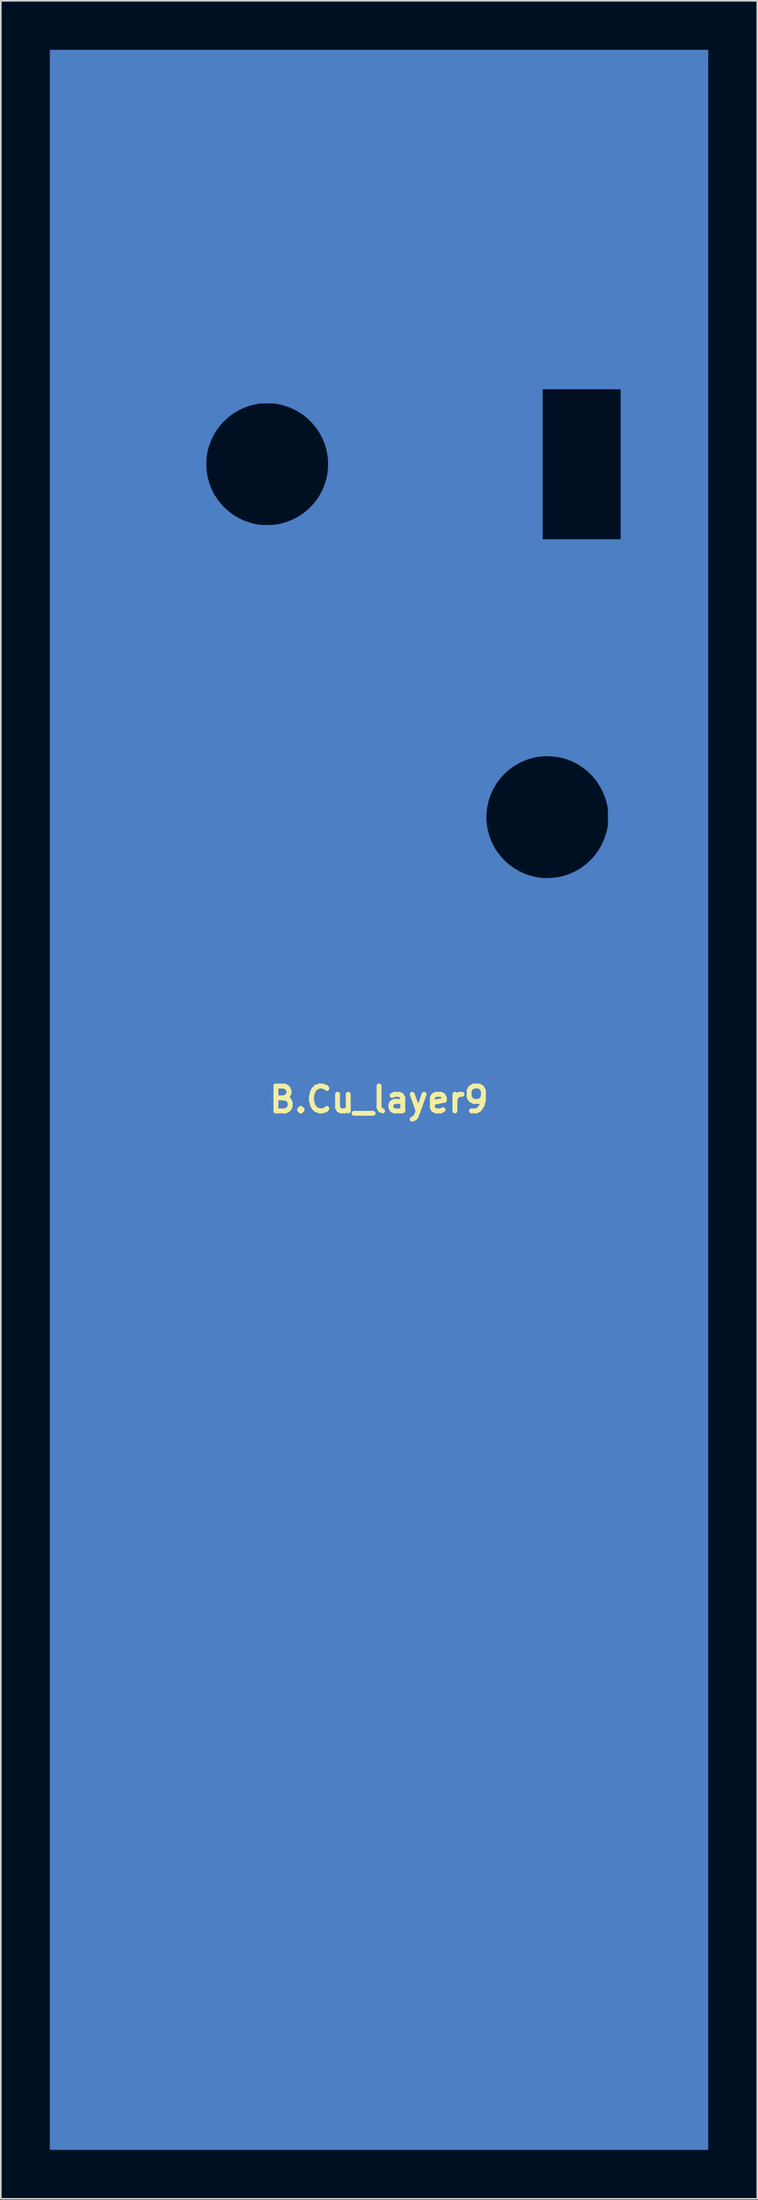
<source format=kicad_pcb>
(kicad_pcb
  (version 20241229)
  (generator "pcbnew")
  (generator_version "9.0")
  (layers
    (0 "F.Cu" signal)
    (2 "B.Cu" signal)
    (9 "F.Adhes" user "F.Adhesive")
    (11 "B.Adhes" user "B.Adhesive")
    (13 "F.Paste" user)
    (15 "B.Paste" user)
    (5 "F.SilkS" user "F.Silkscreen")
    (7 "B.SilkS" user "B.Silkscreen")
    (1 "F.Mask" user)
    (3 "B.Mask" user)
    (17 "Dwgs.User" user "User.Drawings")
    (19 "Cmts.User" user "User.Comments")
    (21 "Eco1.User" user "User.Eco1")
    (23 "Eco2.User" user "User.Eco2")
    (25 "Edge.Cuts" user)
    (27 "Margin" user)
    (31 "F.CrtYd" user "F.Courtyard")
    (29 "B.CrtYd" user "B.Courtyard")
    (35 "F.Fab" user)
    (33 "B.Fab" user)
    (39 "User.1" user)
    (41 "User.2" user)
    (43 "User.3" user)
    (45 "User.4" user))
  (footprint "B.Cu_layer9"
    (layer "F.Cu")
    (at 20.156 64.246)
    (property "Reference" "B.Cu_layer9" (at 0 0 0) (layer "F.SilkS") (effects (font (size 1.524 1.524) (thickness 0.3))))
    (attr through_hole)
    (fp_poly (pts (xy 20.151 64.262) (xy -20.151 64.262) (xy -20.151 -17.149) (xy 6.568 -17.149) (xy 6.601 -16.776) (xy 6.671 -16.408) (xy 6.778 -16.048) (xy 6.922 -15.699) (xy 7.102 -15.363) (xy 7.319 -15.043) (xy 7.571 -14.743) (xy 7.663 -14.648) (xy 7.956 -14.384) (xy 8.274 -14.154) (xy 8.615 -13.958) (xy 8.973 -13.798) (xy 9.348 -13.676) (xy 9.734 -13.593) (xy 9.907 -13.569) (xy 10.059 -13.559) (xy 10.239 -13.556) (xy 10.434 -13.56) (xy 10.631 -13.572) (xy 10.817 -13.59) (xy 10.952 -13.61) (xy 11.328 -13.695) (xy 11.691 -13.82) (xy 12.037 -13.98) (xy 12.364 -14.175) (xy 12.669 -14.402) (xy 12.95 -14.658) (xy 13.205 -14.942) (xy 13.43 -15.251) (xy 13.623 -15.582) (xy 13.782 -15.934) (xy 13.842 -16.102) (xy 13.897 -16.273) (xy 13.94 -16.421) (xy 13.972 -16.557) (xy 13.994 -16.691) (xy 14.009 -16.833) (xy 14.018 -16.991) (xy 14.021 -17.177) (xy 14.022 -17.293) (xy 14.02 -17.499) (xy 14.014 -17.673) (xy 14.003 -17.823) (xy 13.985 -17.96) (xy 13.958 -18.094) (xy 13.922 -18.233) (xy 13.874 -18.388) (xy 13.851 -18.457) (xy 13.707 -18.826) (xy 13.527 -19.174) (xy 13.314 -19.499) (xy 13.07 -19.798) (xy 12.797 -20.07) (xy 12.498 -20.312) (xy 12.174 -20.523) (xy 11.829 -20.7) (xy 11.464 -20.841) (xy 11.222 -20.912) (xy 10.931 -20.971) (xy 10.618 -21.008) (xy 10.298 -21.022) (xy 9.985 -21.012) (xy 9.752 -20.987) (xy 9.371 -20.909) (xy 9.002 -20.792) (xy 8.647 -20.638) (xy 8.31 -20.447) (xy 7.994 -20.224) (xy 7.702 -19.969) (xy 7.437 -19.685) (xy 7.202 -19.373) (xy 7.17 -19.325) (xy 6.973 -18.984) (xy 6.815 -18.63) (xy 6.696 -18.267) (xy 6.615 -17.897) (xy 6.573 -17.523) (xy 6.568 -17.149) (xy -20.151 -17.149) (xy -20.151 -38.805) (xy -10.581 -38.805) (xy -10.575 -38.614) (xy -10.564 -38.492) (xy -10.497 -38.089) (xy -10.392 -37.706) (xy -10.25 -37.342) (xy -10.07 -36.998) (xy -9.853 -36.674) (xy -9.598 -36.368) (xy -9.527 -36.293) (xy -9.23 -36.017) (xy -8.915 -35.778) (xy -8.582 -35.578) (xy -8.231 -35.416) (xy -7.861 -35.292) (xy -7.797 -35.275) (xy -7.634 -35.235) (xy -7.49 -35.206) (xy -7.353 -35.185) (xy -7.213 -35.172) (xy -7.058 -35.166) (xy -6.877 -35.166) (xy -6.773 -35.167) (xy -6.612 -35.171) (xy -6.482 -35.176) (xy -6.376 -35.183) (xy -6.283 -35.194) (xy -6.193 -35.208) (xy -6.098 -35.227) (xy -6.094 -35.228) (xy -5.706 -35.333) (xy -5.338 -35.475) (xy -4.99 -35.651) (xy -4.666 -35.859) (xy -4.366 -36.099) (xy -4.094 -36.367) (xy -3.85 -36.661) (xy -3.637 -36.981) (xy -3.457 -37.323) (xy -3.311 -37.687) (xy -3.202 -38.069) (xy -3.184 -38.151) (xy -3.146 -38.385) (xy -3.123 -38.643) (xy -3.115 -38.907) (xy -3.122 -39.163) (xy -3.141 -39.359) (xy -3.214 -39.753) (xy -3.325 -40.131) (xy -3.473 -40.489) (xy -3.654 -40.827) (xy -3.867 -41.142) (xy -4.11 -41.433) (xy -4.381 -41.697) (xy -4.679 -41.933) (xy -5.002 -42.138) (xy -5.346 -42.312) (xy -5.712 -42.45) (xy -6.096 -42.553) (xy -6.297 -42.591) (xy -6.399 -42.602) (xy -6.532 -42.61) (xy -6.686 -42.615) (xy -6.85 -42.617) (xy -7.015 -42.615) (xy -7.168 -42.61) (xy -7.301 -42.602) (xy -7.398 -42.591) (xy -7.788 -42.508) (xy -8.162 -42.387) (xy -8.517 -42.231) (xy -8.851 -42.041) (xy -9.162 -41.82) (xy -9.448 -41.569) (xy -9.708 -41.291) (xy -9.938 -40.987) (xy -10.137 -40.659) (xy -10.303 -40.31) (xy -10.434 -39.941) (xy -10.52 -39.592) (xy -10.547 -39.421) (xy -10.566 -39.223) (xy -10.578 -39.013) (xy -10.581 -38.805) (xy -20.151 -38.805) (xy -20.151 -43.476) (xy 10.012 -43.476) (xy 10.012 -34.29) (xy 14.796 -34.29) (xy 14.796 -43.476) (xy 10.012 -43.476) (xy -20.151 -43.476) (xy -20.151 -64.241) (xy 20.151 -64.241) (xy 20.151 64.262)) (stroke (width 0.01) (type solid)) (fill yes) (layer "B.Cu")))
  (gr_rect
    (start -3 -3)
    (end 43.311 131.513)
    (stroke (width 0.1) (type default))
    (fill no)
    (layer "Edge.Cuts")))
</source>
